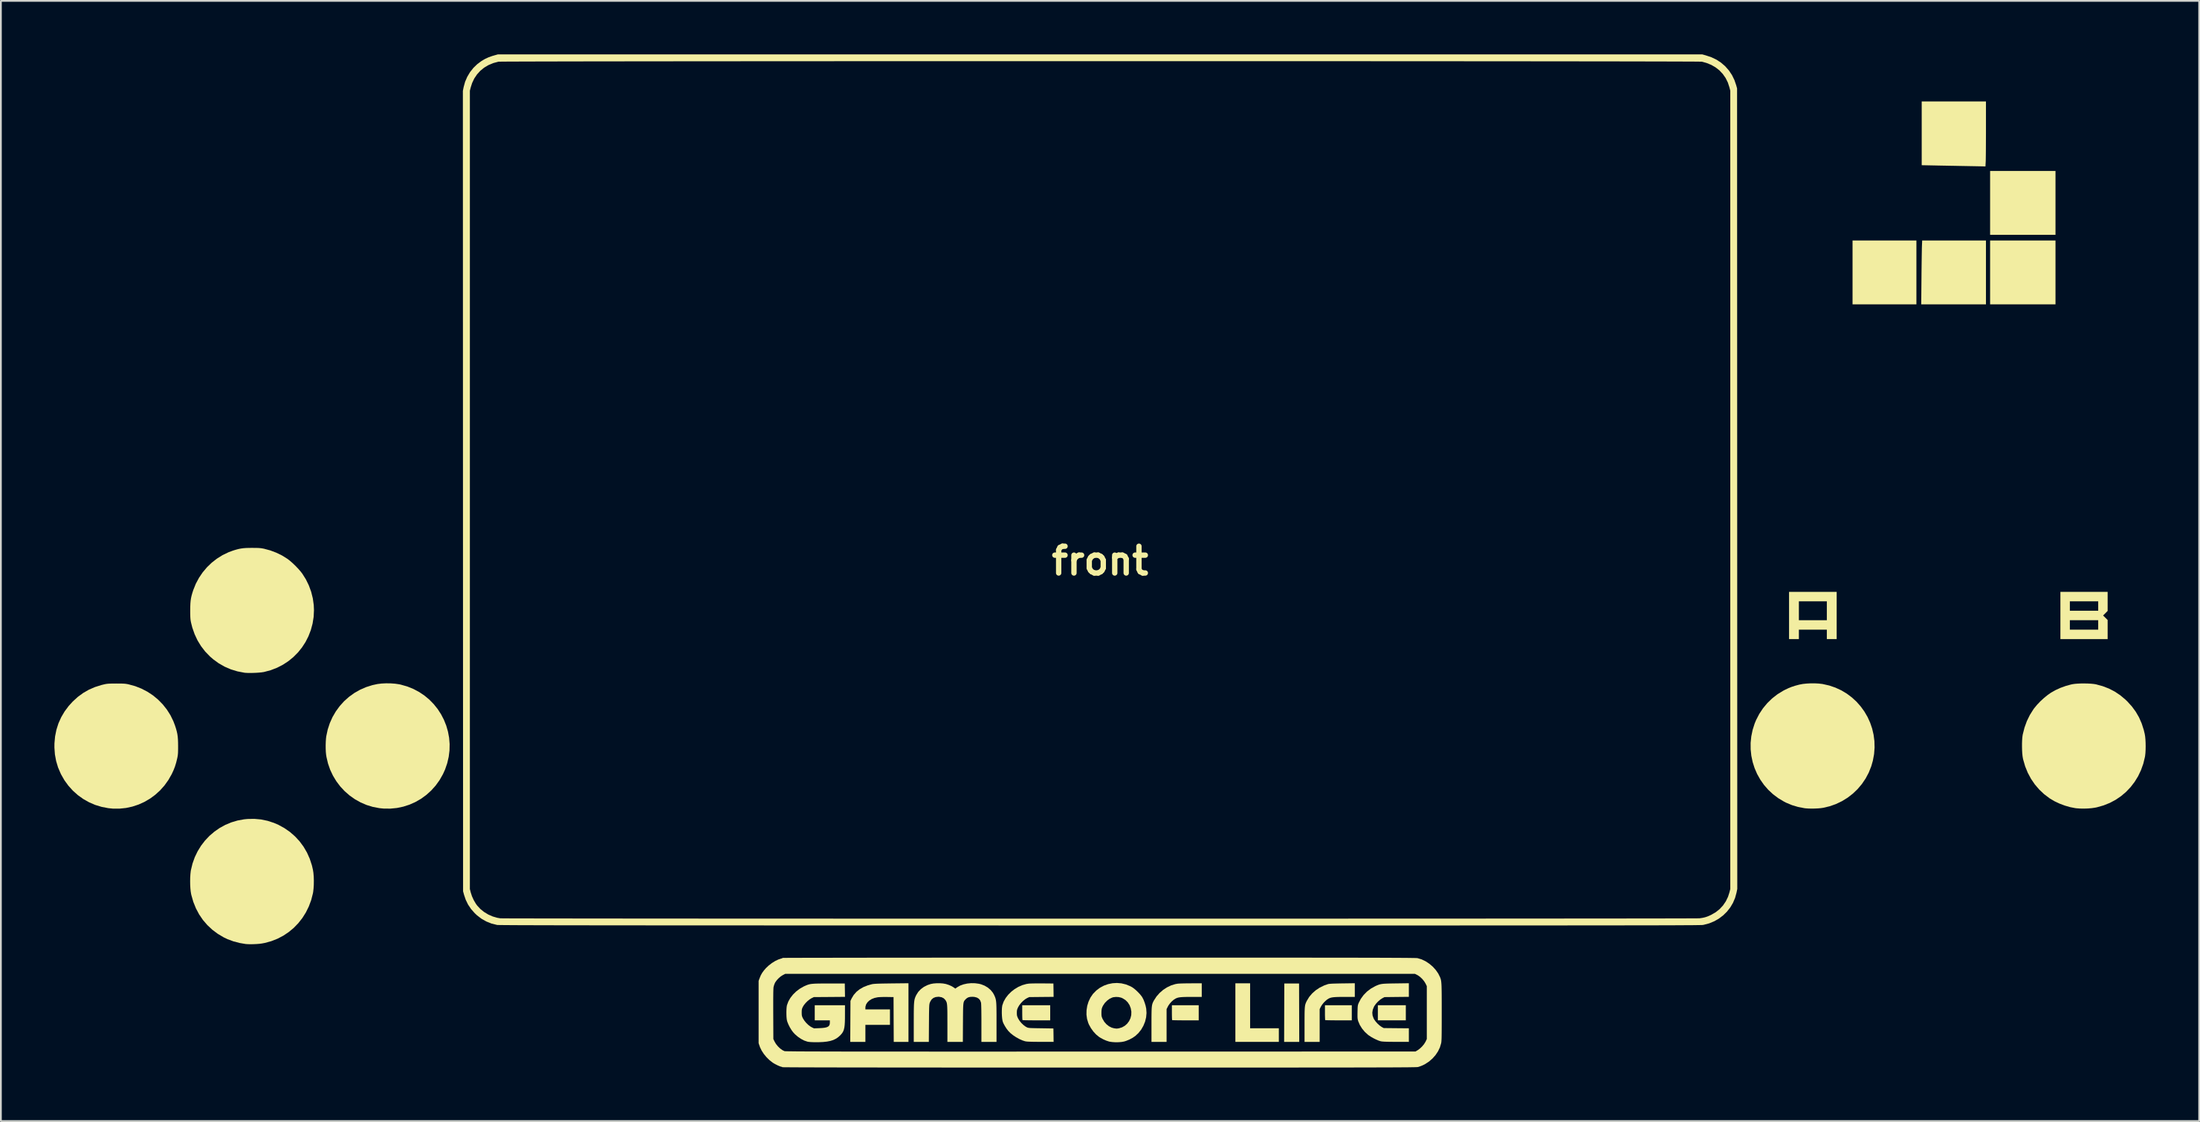
<source format=kicad_pcb>
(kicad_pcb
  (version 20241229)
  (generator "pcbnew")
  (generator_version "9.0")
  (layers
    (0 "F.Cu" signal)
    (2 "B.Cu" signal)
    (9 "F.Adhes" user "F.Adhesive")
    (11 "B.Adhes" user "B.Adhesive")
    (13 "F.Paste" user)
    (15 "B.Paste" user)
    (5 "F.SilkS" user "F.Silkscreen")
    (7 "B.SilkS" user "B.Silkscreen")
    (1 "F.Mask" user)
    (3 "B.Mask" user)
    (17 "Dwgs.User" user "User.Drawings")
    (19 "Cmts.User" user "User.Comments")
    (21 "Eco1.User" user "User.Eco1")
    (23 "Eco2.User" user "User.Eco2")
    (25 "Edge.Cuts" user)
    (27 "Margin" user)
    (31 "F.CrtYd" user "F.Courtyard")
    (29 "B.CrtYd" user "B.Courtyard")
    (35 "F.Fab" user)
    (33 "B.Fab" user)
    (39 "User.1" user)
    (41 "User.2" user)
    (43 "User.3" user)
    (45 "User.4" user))
  (footprint "front"
    (layer "F.Cu")
    (at 58.613 28.398)
    (property "Reference" "front" (at 0 0 0) (layer "F.SilkS") (effects (font (size 1.5 1.5) (thickness 0.3))))
    (attr board_only exclude_from_pos_files exclude_from_bom)
    (fp_poly (pts (xy 11.159 25.331) (xy 11.164 26.968) (xy 10.74 26.968) (xy 10.317 26.968) (xy 10.322 25.331) (xy 10.327 23.695) (xy 10.74 23.695) (xy 11.154 23.695)) (stroke (width 0) (type solid)) (fill yes) (layer "F.SilkS"))
    (fp_poly (pts (xy 17.138 25.336) (xy 17.138 25.76) (xy 16.354 25.76) (xy 15.57 25.76) (xy 15.57 25.336) (xy 15.57 24.913) (xy 16.354 24.913) (xy 17.138 24.913)) (stroke (width 0) (type solid)) (fill yes) (layer "F.SilkS"))
    (fp_poly (pts (xy 45.758 -16.174) (xy 45.758 -14.384) (xy 43.968 -14.384) (xy 42.178 -14.384) (xy 42.178 -16.174) (xy 42.178 -17.964) (xy 43.968 -17.964) (xy 45.758 -17.964)) (stroke (width 0) (type solid)) (fill yes) (layer "F.SilkS"))
    (fp_poly (pts (xy 53.554 -20.072) (xy 53.554 -18.282) (xy 51.722 -18.282) (xy 49.889 -18.282) (xy 49.889 -20.072) (xy 49.889 -21.862) (xy 51.722 -21.862) (xy 53.554 -21.862)) (stroke (width 0) (type solid)) (fill yes) (layer "F.SilkS"))
    (fp_poly (pts (xy 53.554 -16.174) (xy 53.554 -14.384) (xy 51.722 -14.384) (xy 49.889 -14.384) (xy 49.889 -16.174) (xy 49.889 -17.964) (xy 51.722 -17.964) (xy 53.554 -17.964)) (stroke (width 0) (type solid)) (fill yes) (layer "F.SilkS"))
    (fp_poly (pts (xy 8.41 24.945) (xy 8.41 26.205) (xy 9.215 26.205) (xy 10.02 26.205) (xy 10.02 26.586) (xy 10.02 26.968) (xy 8.802 26.968) (xy 7.584 26.968) (xy 7.584 25.326) (xy 7.584 23.684) (xy 7.997 23.684) (xy 8.41 23.684)) (stroke (width 0) (type solid)) (fill yes) (layer "F.SilkS"))
    (fp_poly (pts (xy 49.656 -16.174) (xy 49.656 -14.384) (xy 47.842 -14.384) (xy 46.028 -14.384) (xy 46.042 -15.872) (xy 46.044 -16.129) (xy 46.047 -16.381) (xy 46.05 -16.623) (xy 46.053 -16.851) (xy 46.056 -17.061) (xy 46.059 -17.248) (xy 46.062 -17.408) (xy 46.064 -17.537) (xy 46.067 -17.63) (xy 46.068 -17.662) (xy 46.081 -17.964) (xy 47.869 -17.964) (xy 49.656 -17.964)) (stroke (width 0) (type solid)) (fill yes) (layer "F.SilkS"))
    (fp_poly (pts (xy -2.796 25.336) (xy -2.796 25.76) (xy -3.566 25.76) (xy -3.743 25.76) (xy -3.906 25.759) (xy -4.05 25.757) (xy -4.172 25.755) (xy -4.266 25.752) (xy -4.327 25.749) (xy -4.35 25.746) (xy -4.354 25.721) (xy -4.358 25.661) (xy -4.361 25.572) (xy -4.363 25.461) (xy -4.364 25.334) (xy -4.364 25.322) (xy -4.364 24.913) (xy -3.58 24.913) (xy -2.796 24.913)) (stroke (width 0) (type solid)) (fill yes) (layer "F.SilkS"))
    (fp_poly (pts (xy 5.529 25.336) (xy 5.529 25.76) (xy 4.791 25.76) (xy 4.618 25.76) (xy 4.459 25.759) (xy 4.318 25.757) (xy 4.201 25.755) (xy 4.112 25.752) (xy 4.057 25.749) (xy 4.039 25.746) (xy 4.035 25.721) (xy 4.031 25.661) (xy 4.028 25.572) (xy 4.026 25.461) (xy 4.025 25.334) (xy 4.025 25.322) (xy 4.025 24.913) (xy 4.777 24.913) (xy 5.529 24.913)) (stroke (width 0) (type solid)) (fill yes) (layer "F.SilkS"))
    (fp_poly (pts (xy 14.109 25.336) (xy 14.109 25.76) (xy 13.371 25.76) (xy 13.198 25.76) (xy 13.039 25.759) (xy 12.898 25.757) (xy 12.781 25.755) (xy 12.692 25.752) (xy 12.636 25.749) (xy 12.619 25.746) (xy 12.614 25.721) (xy 12.611 25.661) (xy 12.608 25.572) (xy 12.605 25.461) (xy 12.605 25.334) (xy 12.605 25.322) (xy 12.605 24.913) (xy 13.357 24.913) (xy 14.109 24.913)) (stroke (width 0) (type solid)) (fill yes) (layer "F.SilkS"))
    (fp_poly (pts (xy 41.288 3.061) (xy 41.288 4.385) (xy 41.013 4.385) (xy 40.737 4.385) (xy 40.737 4.12) (xy 40.737 3.856) (xy 39.954 3.856) (xy 39.17 3.856) (xy 39.17 4.12) (xy 39.17 4.385) (xy 38.894 4.385) (xy 38.619 4.385) (xy 38.619 3.061) (xy 38.619 2.796) (xy 39.17 2.796) (xy 39.17 3.326) (xy 39.954 3.326) (xy 40.737 3.326) (xy 40.737 2.796) (xy 40.737 2.267) (xy 39.954 2.267) (xy 39.17 2.267) (xy 39.17 2.796) (xy 38.619 2.796) (xy 38.619 1.737) (xy 39.954 1.737) (xy 41.288 1.737)) (stroke (width 0) (type solid)) (fill yes) (layer "F.SilkS"))
    (fp_poly (pts (xy 49.656 -24.208) (xy 49.656 -23.948) (xy 49.655 -23.693) (xy 49.654 -23.449) (xy 49.653 -23.219) (xy 49.652 -23.008) (xy 49.65 -22.82) (xy 49.648 -22.658) (xy 49.646 -22.528) (xy 49.644 -22.432) (xy 49.642 -22.387) (xy 49.628 -22.116) (xy 49.499 -22.12) (xy 49.452 -22.121) (xy 49.367 -22.123) (xy 49.249 -22.125) (xy 49.104 -22.128) (xy 48.936 -22.131) (xy 48.75 -22.134) (xy 48.55 -22.138) (xy 48.374 -22.141) (xy 48.141 -22.145) (xy 47.895 -22.15) (xy 47.645 -22.154) (xy 47.398 -22.159) (xy 47.165 -22.163) (xy 46.953 -22.167) (xy 46.772 -22.171) (xy 46.717 -22.172) (xy 46.055 -22.185) (xy 46.055 -23.972) (xy 46.055 -25.76) (xy 47.855 -25.76) (xy 49.656 -25.76)) (stroke (width 0) (type solid)) (fill yes) (layer "F.SilkS"))
    (fp_poly (pts (xy 56.477 2.271) (xy 56.477 2.806) (xy 56.35 2.934) (xy 56.223 3.062) (xy 56.35 3.188) (xy 56.477 3.314) (xy 56.477 3.85) (xy 56.477 4.385) (xy 55.153 4.385) (xy 53.829 4.385) (xy 53.829 3.591) (xy 54.359 3.591) (xy 54.359 3.856) (xy 55.153 3.856) (xy 55.948 3.856) (xy 55.948 3.591) (xy 55.948 3.326) (xy 55.153 3.326) (xy 54.359 3.326) (xy 54.359 3.591) (xy 53.829 3.591) (xy 53.829 3.061) (xy 53.829 2.532) (xy 54.359 2.532) (xy 54.359 2.796) (xy 55.153 2.796) (xy 55.948 2.796) (xy 55.948 2.532) (xy 55.948 2.267) (xy 55.153 2.267) (xy 54.359 2.267) (xy 54.359 2.532) (xy 53.829 2.532) (xy 53.829 1.737) (xy 55.153 1.737) (xy 56.477 1.737)) (stroke (width 0) (type solid)) (fill yes) (layer "F.SilkS"))
    (fp_poly (pts (xy -10.74 25.324) (xy -10.74 26.968) (xy -11.153 26.968) (xy -11.566 26.968) (xy -11.572 25.712) (xy -11.577 24.457) (xy -11.937 24.451) (xy -12.072 24.45) (xy -12.207 24.452) (xy -12.329 24.457) (xy -12.427 24.463) (xy -12.465 24.467) (xy -12.644 24.505) (xy -12.803 24.567) (xy -12.936 24.651) (xy -13.042 24.752) (xy -13.115 24.867) (xy -13.152 24.994) (xy -13.155 25.05) (xy -13.155 25.146) (xy -12.467 25.146) (xy -11.778 25.146) (xy -11.778 25.58) (xy -11.778 26.014) (xy -12.467 26.014) (xy -13.155 26.014) (xy -13.155 26.491) (xy -13.155 26.968) (xy -13.58 26.968) (xy -14.004 26.968) (xy -13.998 25.818) (xy -13.992 24.669) (xy -13.927 24.531) (xy -13.81 24.336) (xy -13.659 24.164) (xy -13.474 24.016) (xy -13.257 23.892) (xy -13.009 23.794) (xy -12.785 23.733) (xy -12.738 23.725) (xy -12.677 23.718) (xy -12.599 23.712) (xy -12.5 23.706) (xy -12.375 23.702) (xy -12.221 23.698) (xy -12.035 23.695) (xy -11.811 23.692) (xy -11.688 23.69) (xy -10.74 23.68)) (stroke (width 0) (type solid)) (fill yes) (layer "F.SilkS"))
    (fp_poly (pts (xy 5.699 24.065) (xy 5.699 24.447) (xy 5.129 24.447) (xy 4.927 24.447) (xy 4.762 24.45) (xy 4.629 24.455) (xy 4.521 24.463) (xy 4.434 24.474) (xy 4.363 24.489) (xy 4.301 24.509) (xy 4.243 24.534) (xy 4.24 24.535) (xy 4.13 24.604) (xy 4.016 24.702) (xy 3.912 24.817) (xy 3.827 24.937) (xy 3.803 24.981) (xy 3.728 25.13) (xy 3.728 26.049) (xy 3.728 26.968) (xy 3.305 26.968) (xy 2.881 26.968) (xy 2.881 25.998) (xy 2.881 25.753) (xy 2.882 25.546) (xy 2.884 25.373) (xy 2.887 25.23) (xy 2.892 25.112) (xy 2.899 25.016) (xy 2.909 24.937) (xy 2.922 24.87) (xy 2.939 24.813) (xy 2.96 24.76) (xy 2.985 24.707) (xy 3.015 24.651) (xy 3.022 24.639) (xy 3.162 24.423) (xy 3.334 24.227) (xy 3.53 24.056) (xy 3.746 23.914) (xy 3.976 23.804) (xy 4.214 23.729) (xy 4.35 23.705) (xy 4.412 23.7) (xy 4.508 23.695) (xy 4.633 23.691) (xy 4.778 23.688) (xy 4.936 23.686) (xy 5.1 23.685) (xy 5.699 23.684)) (stroke (width 0) (type solid)) (fill yes) (layer "F.SilkS"))
    (fp_poly (pts (xy 14.278 24.063) (xy 14.278 24.447) (xy 13.709 24.447) (xy 13.507 24.447) (xy 13.343 24.45) (xy 13.209 24.455) (xy 13.102 24.463) (xy 13.015 24.474) (xy 12.943 24.489) (xy 12.88 24.509) (xy 12.822 24.534) (xy 12.817 24.536) (xy 12.728 24.592) (xy 12.629 24.676) (xy 12.531 24.776) (xy 12.445 24.883) (xy 12.381 24.986) (xy 12.375 24.996) (xy 12.308 25.131) (xy 12.308 26.05) (xy 12.308 26.968) (xy 11.884 26.968) (xy 11.461 26.968) (xy 11.461 25.998) (xy 11.461 25.757) (xy 11.462 25.553) (xy 11.463 25.383) (xy 11.466 25.243) (xy 11.471 25.128) (xy 11.477 25.035) (xy 11.486 24.958) (xy 11.498 24.893) (xy 11.514 24.837) (xy 11.533 24.785) (xy 11.556 24.733) (xy 11.583 24.676) (xy 11.587 24.67) (xy 11.718 24.452) (xy 11.885 24.254) (xy 12.084 24.077) (xy 12.311 23.926) (xy 12.561 23.804) (xy 12.764 23.732) (xy 12.805 23.722) (xy 12.862 23.714) (xy 12.94 23.708) (xy 13.043 23.702) (xy 13.175 23.698) (xy 13.34 23.694) (xy 13.543 23.69) (xy 13.574 23.69) (xy 14.278 23.68)) (stroke (width 0) (type solid)) (fill yes) (layer "F.SilkS"))
    (fp_poly (pts (xy -39.765 6.867) (xy -39.512 6.886) (xy -39.279 6.92) (xy -39.202 6.937) (xy -38.835 7.041) (xy -38.491 7.18) (xy -38.169 7.351) (xy -37.87 7.552) (xy -37.597 7.779) (xy -37.351 8.031) (xy -37.131 8.305) (xy -36.941 8.599) (xy -36.78 8.909) (xy -36.65 9.234) (xy -36.553 9.57) (xy -36.489 9.915) (xy -36.46 10.268) (xy -36.467 10.624) (xy -36.511 10.982) (xy -36.593 11.339) (xy -36.714 11.693) (xy -36.836 11.962) (xy -37.025 12.294) (xy -37.245 12.599) (xy -37.493 12.875) (xy -37.766 13.122) (xy -38.061 13.337) (xy -38.377 13.519) (xy -38.709 13.667) (xy -39.056 13.779) (xy -39.415 13.854) (xy -39.783 13.89) (xy -40.158 13.887) (xy -40.398 13.863) (xy -40.765 13.793) (xy -41.118 13.685) (xy -41.454 13.54) (xy -41.772 13.362) (xy -42.068 13.152) (xy -42.341 12.914) (xy -42.589 12.648) (xy -42.808 12.358) (xy -42.998 12.045) (xy -43.155 11.713) (xy -43.277 11.363) (xy -43.363 10.997) (xy -43.386 10.849) (xy -43.4 10.698) (xy -43.407 10.52) (xy -43.408 10.328) (xy -43.402 10.138) (xy -43.39 9.963) (xy -43.374 9.831) (xy -43.294 9.455) (xy -43.176 9.096) (xy -43.023 8.755) (xy -42.837 8.436) (xy -42.62 8.139) (xy -42.375 7.868) (xy -42.102 7.624) (xy -41.805 7.409) (xy -41.485 7.227) (xy -41.145 7.078) (xy -40.787 6.965) (xy -40.502 6.904) (xy -40.274 6.876) (xy -40.024 6.864)) (stroke (width 0) (type solid)) (fill yes) (layer "F.SilkS"))
    (fp_poly (pts (xy 40.279 6.877) (xy 40.477 6.9) (xy 40.502 6.904) (xy 40.871 6.987) (xy 41.221 7.107) (xy 41.551 7.26) (xy 41.858 7.444) (xy 42.143 7.658) (xy 42.402 7.897) (xy 42.635 8.161) (xy 42.841 8.445) (xy 43.018 8.749) (xy 43.164 9.07) (xy 43.278 9.404) (xy 43.358 9.75) (xy 43.404 10.106) (xy 43.413 10.468) (xy 43.385 10.834) (xy 43.317 11.202) (xy 43.228 11.514) (xy 43.088 11.867) (xy 42.913 12.198) (xy 42.704 12.507) (xy 42.465 12.791) (xy 42.198 13.047) (xy 41.906 13.274) (xy 41.59 13.469) (xy 41.254 13.631) (xy 40.9 13.757) (xy 40.531 13.844) (xy 40.391 13.864) (xy 40.223 13.878) (xy 40.041 13.886) (xy 39.857 13.888) (xy 39.684 13.883) (xy 39.535 13.872) (xy 39.488 13.866) (xy 39.127 13.797) (xy 38.788 13.696) (xy 38.461 13.56) (xy 38.344 13.501) (xy 38.019 13.307) (xy 37.721 13.084) (xy 37.453 12.834) (xy 37.214 12.56) (xy 37.007 12.264) (xy 36.831 11.951) (xy 36.688 11.621) (xy 36.579 11.279) (xy 36.505 10.927) (xy 36.467 10.568) (xy 36.465 10.204) (xy 36.502 9.84) (xy 36.577 9.477) (xy 36.691 9.118) (xy 36.773 8.921) (xy 36.948 8.582) (xy 37.157 8.266) (xy 37.398 7.976) (xy 37.668 7.713) (xy 37.965 7.481) (xy 38.286 7.283) (xy 38.397 7.225) (xy 38.588 7.135) (xy 38.77 7.062) (xy 38.956 7.001) (xy 39.166 6.945) (xy 39.212 6.934) (xy 39.393 6.9) (xy 39.603 6.878) (xy 39.829 6.866) (xy 40.059 6.866)) (stroke (width 0) (type solid)) (fill yes) (layer "F.SilkS"))
    (fp_poly (pts (xy -47.027 14.498) (xy -46.662 14.574) (xy -46.305 14.691) (xy -46.061 14.796) (xy -45.722 14.982) (xy -45.41 15.199) (xy -45.126 15.447) (xy -44.871 15.722) (xy -44.648 16.024) (xy -44.457 16.351) (xy -44.301 16.7) (xy -44.18 17.069) (xy -44.123 17.313) (xy -44.095 17.492) (xy -44.078 17.7) (xy -44.071 17.924) (xy -44.074 18.151) (xy -44.087 18.368) (xy -44.109 18.562) (xy -44.123 18.641) (xy -44.219 19.017) (xy -44.352 19.374) (xy -44.518 19.711) (xy -44.716 20.026) (xy -44.944 20.315) (xy -45.199 20.578) (xy -45.481 20.812) (xy -45.786 21.016) (xy -46.112 21.186) (xy -46.458 21.322) (xy -46.821 21.421) (xy -46.976 21.45) (xy -47.109 21.468) (xy -47.267 21.481) (xy -47.435 21.489) (xy -47.602 21.493) (xy -47.755 21.49) (xy -47.881 21.482) (xy -47.898 21.48) (xy -48.244 21.421) (xy -48.582 21.331) (xy -48.902 21.213) (xy -49.125 21.107) (xy -49.46 20.907) (xy -49.767 20.677) (xy -50.043 20.418) (xy -50.289 20.132) (xy -50.502 19.819) (xy -50.681 19.482) (xy -50.826 19.122) (xy -50.936 18.74) (xy -50.952 18.668) (xy -50.975 18.525) (xy -50.992 18.351) (xy -51.002 18.157) (xy -51.005 17.954) (xy -51.001 17.754) (xy -50.99 17.566) (xy -50.972 17.401) (xy -50.962 17.339) (xy -50.872 16.969) (xy -50.746 16.615) (xy -50.585 16.281) (xy -50.393 15.969) (xy -50.171 15.68) (xy -49.921 15.416) (xy -49.646 15.181) (xy -49.349 14.974) (xy -49.031 14.8) (xy -48.695 14.66) (xy -48.342 14.555) (xy -47.976 14.489) (xy -47.787 14.47) (xy -47.402 14.464)) (stroke (width 0) (type solid)) (fill yes) (layer "F.SilkS"))
    (fp_poly (pts (xy 17.308 24.062) (xy 17.308 24.443) (xy 16.624 24.45) (xy 15.941 24.458) (xy 15.83 24.516) (xy 15.705 24.597) (xy 15.58 24.706) (xy 15.466 24.829) (xy 15.376 24.955) (xy 15.353 24.995) (xy 15.285 25.165) (xy 15.259 25.329) (xy 15.274 25.49) (xy 15.331 25.648) (xy 15.368 25.716) (xy 15.449 25.829) (xy 15.551 25.942) (xy 15.662 26.044) (xy 15.77 26.122) (xy 15.79 26.134) (xy 15.899 26.194) (xy 16.603 26.201) (xy 17.308 26.207) (xy 17.308 26.587) (xy 17.308 26.968) (xy 16.582 26.966) (xy 16.367 26.965) (xy 16.19 26.963) (xy 16.048 26.96) (xy 15.934 26.956) (xy 15.847 26.95) (xy 15.781 26.943) (xy 15.732 26.934) (xy 15.729 26.934) (xy 15.61 26.896) (xy 15.47 26.837) (xy 15.323 26.763) (xy 15.18 26.682) (xy 15.054 26.598) (xy 15.012 26.566) (xy 14.835 26.403) (xy 14.682 26.218) (xy 14.558 26.018) (xy 14.47 25.813) (xy 14.465 25.796) (xy 14.45 25.741) (xy 14.439 25.686) (xy 14.432 25.622) (xy 14.429 25.54) (xy 14.429 25.432) (xy 14.431 25.294) (xy 14.434 25.158) (xy 14.437 25.055) (xy 14.443 24.979) (xy 14.451 24.92) (xy 14.463 24.871) (xy 14.48 24.823) (xy 14.493 24.79) (xy 14.615 24.555) (xy 14.772 24.34) (xy 14.961 24.147) (xy 15.18 23.981) (xy 15.425 23.844) (xy 15.451 23.832) (xy 15.526 23.799) (xy 15.593 23.772) (xy 15.658 23.75) (xy 15.726 23.733) (xy 15.802 23.72) (xy 15.892 23.71) (xy 16.001 23.703) (xy 16.134 23.698) (xy 16.298 23.694) (xy 16.496 23.691) (xy 16.571 23.69) (xy 17.308 23.68)) (stroke (width 0) (type solid)) (fill yes) (layer "F.SilkS"))
    (fp_poly (pts (xy -54.979 6.877) (xy -54.85 6.878) (xy -54.746 6.882) (xy -54.661 6.888) (xy -54.586 6.897) (xy -54.512 6.91) (xy -54.451 6.923) (xy -54.083 7.024) (xy -53.731 7.163) (xy -53.398 7.336) (xy -53.087 7.542) (xy -52.801 7.779) (xy -52.541 8.044) (xy -52.31 8.335) (xy -52.111 8.649) (xy -51.946 8.986) (xy -51.85 9.24) (xy -51.795 9.411) (xy -51.754 9.562) (xy -51.723 9.704) (xy -51.702 9.848) (xy -51.689 10.003) (xy -51.682 10.181) (xy -51.68 10.37) (xy -51.68 10.53) (xy -51.682 10.657) (xy -51.685 10.759) (xy -51.692 10.844) (xy -51.701 10.92) (xy -51.714 10.997) (xy -51.729 11.069) (xy -51.789 11.315) (xy -51.858 11.538) (xy -51.943 11.754) (xy -52.039 11.959) (xy -52.227 12.289) (xy -52.445 12.593) (xy -52.69 12.868) (xy -52.962 13.115) (xy -53.255 13.33) (xy -53.568 13.513) (xy -53.898 13.662) (xy -54.243 13.776) (xy -54.598 13.853) (xy -54.963 13.891) (xy -55.333 13.89) (xy -55.592 13.864) (xy -55.967 13.792) (xy -56.328 13.682) (xy -56.671 13.534) (xy -56.996 13.35) (xy -57.298 13.134) (xy -57.577 12.885) (xy -57.828 12.607) (xy -58.051 12.301) (xy -58.241 11.968) (xy -58.256 11.937) (xy -58.407 11.586) (xy -58.516 11.224) (xy -58.585 10.851) (xy -58.613 10.465) (xy -58.611 10.233) (xy -58.576 9.844) (xy -58.501 9.469) (xy -58.387 9.11) (xy -58.233 8.766) (xy -58.041 8.44) (xy -57.811 8.132) (xy -57.58 7.879) (xy -57.297 7.622) (xy -56.998 7.404) (xy -56.68 7.221) (xy -56.341 7.074) (xy -55.976 6.959) (xy -55.828 6.923) (xy -55.752 6.907) (xy -55.68 6.895) (xy -55.603 6.887) (xy -55.513 6.881) (xy -55.404 6.878) (xy -55.265 6.877) (xy -55.143 6.876)) (stroke (width 0) (type solid)) (fill yes) (layer "F.SilkS"))
    (fp_poly (pts (xy -3.241 23.689) (xy -3.231 23.689) (xy -2.616 23.695) (xy -2.61 24.069) (xy -2.605 24.444) (xy -3.288 24.45) (xy -3.972 24.457) (xy -4.096 24.515) (xy -4.208 24.583) (xy -4.325 24.68) (xy -4.436 24.795) (xy -4.532 24.919) (xy -4.595 25.027) (xy -4.633 25.111) (xy -4.655 25.18) (xy -4.664 25.253) (xy -4.666 25.34) (xy -4.664 25.432) (xy -4.655 25.501) (xy -4.633 25.568) (xy -4.596 25.649) (xy -4.589 25.663) (xy -4.513 25.787) (xy -4.41 25.912) (xy -4.293 26.024) (xy -4.173 26.113) (xy -4.118 26.143) (xy -4.089 26.157) (xy -4.06 26.168) (xy -4.027 26.177) (xy -3.984 26.184) (xy -3.928 26.19) (xy -3.852 26.194) (xy -3.752 26.197) (xy -3.624 26.2) (xy -3.461 26.203) (xy -3.315 26.205) (xy -2.616 26.216) (xy -2.61 26.592) (xy -2.605 26.968) (xy -3.341 26.966) (xy -3.558 26.965) (xy -3.736 26.963) (xy -3.88 26.96) (xy -3.995 26.956) (xy -4.083 26.951) (xy -4.15 26.943) (xy -4.199 26.935) (xy -4.203 26.934) (xy -4.363 26.882) (xy -4.535 26.804) (xy -4.71 26.706) (xy -4.877 26.595) (xy -5.024 26.477) (xy -5.14 26.36) (xy -5.142 26.358) (xy -5.243 26.227) (xy -5.335 26.083) (xy -5.411 25.943) (xy -5.449 25.853) (xy -5.472 25.765) (xy -5.49 25.646) (xy -5.502 25.507) (xy -5.508 25.357) (xy -5.507 25.208) (xy -5.501 25.071) (xy -5.487 24.956) (xy -5.477 24.91) (xy -5.404 24.707) (xy -5.294 24.512) (xy -5.152 24.327) (xy -4.983 24.159) (xy -4.792 24.01) (xy -4.583 23.885) (xy -4.363 23.788) (xy -4.136 23.723) (xy -4.017 23.704) (xy -3.95 23.698) (xy -3.848 23.694) (xy -3.719 23.691) (xy -3.57 23.689) (xy -3.408 23.688)) (stroke (width 0) (type solid)) (fill yes) (layer "F.SilkS"))
    (fp_poly (pts (xy 55.37 6.876) (xy 55.549 6.886) (xy 55.706 6.902) (xy 55.826 6.922) (xy 56.202 7.025) (xy 56.552 7.16) (xy 56.878 7.329) (xy 57.185 7.535) (xy 57.475 7.778) (xy 57.58 7.879) (xy 57.835 8.16) (xy 58.053 8.457) (xy 58.235 8.772) (xy 58.384 9.111) (xy 58.501 9.474) (xy 58.556 9.702) (xy 58.579 9.84) (xy 58.595 10.009) (xy 58.605 10.197) (xy 58.608 10.394) (xy 58.605 10.589) (xy 58.595 10.77) (xy 58.578 10.927) (xy 58.568 10.989) (xy 58.476 11.37) (xy 58.347 11.732) (xy 58.185 12.073) (xy 57.989 12.391) (xy 57.764 12.684) (xy 57.51 12.951) (xy 57.23 13.189) (xy 56.925 13.396) (xy 56.597 13.57) (xy 56.248 13.71) (xy 55.881 13.814) (xy 55.785 13.834) (xy 55.591 13.863) (xy 55.372 13.882) (xy 55.143 13.889) (xy 54.919 13.885) (xy 54.715 13.869) (xy 54.668 13.863) (xy 54.377 13.807) (xy 54.077 13.72) (xy 53.781 13.609) (xy 53.5 13.476) (xy 53.247 13.327) (xy 53.226 13.313) (xy 52.918 13.081) (xy 52.641 12.82) (xy 52.394 12.53) (xy 52.179 12.215) (xy 51.998 11.876) (xy 51.852 11.516) (xy 51.742 11.136) (xy 51.728 11.072) (xy 51.707 10.946) (xy 51.691 10.787) (xy 51.681 10.608) (xy 51.677 10.418) (xy 51.677 10.227) (xy 51.684 10.046) (xy 51.696 9.885) (xy 51.714 9.755) (xy 51.717 9.74) (xy 51.816 9.349) (xy 51.949 8.982) (xy 52.116 8.64) (xy 52.315 8.323) (xy 52.36 8.262) (xy 52.516 8.072) (xy 52.7 7.878) (xy 52.902 7.692) (xy 53.109 7.523) (xy 53.305 7.386) (xy 53.555 7.245) (xy 53.832 7.119) (xy 54.122 7.014) (xy 54.411 6.934) (xy 54.507 6.913) (xy 54.641 6.894) (xy 54.804 6.881) (xy 54.987 6.873) (xy 55.179 6.872)) (stroke (width 0) (type solid)) (fill yes) (layer "F.SilkS"))
    (fp_poly (pts (xy -47.376 -0.728) (xy -47.248 -0.726) (xy -47.145 -0.722) (xy -47.059 -0.714) (xy -46.981 -0.704) (xy -46.902 -0.689) (xy -46.865 -0.682) (xy -46.515 -0.588) (xy -46.176 -0.46) (xy -45.854 -0.303) (xy -45.559 -0.12) (xy -45.546 -0.111) (xy -45.406 -0.002) (xy -45.252 0.133) (xy -45.096 0.283) (xy -44.946 0.44) (xy -44.813 0.593) (xy -44.715 0.72) (xy -44.516 1.037) (xy -44.351 1.376) (xy -44.221 1.731) (xy -44.129 2.098) (xy -44.077 2.47) (xy -44.064 2.758) (xy -44.083 3.143) (xy -44.142 3.516) (xy -44.239 3.876) (xy -44.371 4.22) (xy -44.536 4.546) (xy -44.734 4.851) (xy -44.961 5.134) (xy -45.217 5.391) (xy -45.499 5.622) (xy -45.806 5.823) (xy -46.135 5.992) (xy -46.485 6.127) (xy -46.854 6.226) (xy -46.878 6.231) (xy -46.991 6.248) (xy -47.134 6.263) (xy -47.297 6.274) (xy -47.467 6.281) (xy -47.634 6.284) (xy -47.787 6.282) (xy -47.914 6.275) (xy -47.966 6.269) (xy -48.351 6.195) (xy -48.719 6.083) (xy -49.07 5.932) (xy -49.401 5.743) (xy -49.712 5.517) (xy -49.894 5.359) (xy -50.16 5.084) (xy -50.392 4.783) (xy -50.591 4.458) (xy -50.755 4.108) (xy -50.885 3.736) (xy -50.953 3.467) (xy -50.969 3.389) (xy -50.981 3.315) (xy -50.989 3.238) (xy -50.995 3.148) (xy -50.998 3.039) (xy -51 2.902) (xy -51 2.775) (xy -50.998 2.567) (xy -50.991 2.392) (xy -50.978 2.238) (xy -50.957 2.097) (xy -50.927 1.958) (xy -50.886 1.81) (xy -50.833 1.645) (xy -50.828 1.631) (xy -50.688 1.283) (xy -50.512 0.953) (xy -50.303 0.644) (xy -50.063 0.359) (xy -49.796 0.101) (xy -49.503 -0.127) (xy -49.189 -0.323) (xy -48.855 -0.484) (xy -48.613 -0.574) (xy -48.449 -0.625) (xy -48.303 -0.664) (xy -48.165 -0.692) (xy -48.025 -0.711) (xy -47.871 -0.723) (xy -47.694 -0.728) (xy -47.538 -0.729)) (stroke (width 0) (type solid)) (fill yes) (layer "F.SilkS"))
    (fp_poly (pts (xy 1.199 23.687) (xy 1.448 23.747) (xy 1.687 23.844) (xy 1.789 23.899) (xy 1.892 23.97) (xy 2.006 24.065) (xy 2.122 24.175) (xy 2.23 24.289) (xy 2.319 24.399) (xy 2.37 24.474) (xy 2.437 24.606) (xy 2.498 24.765) (xy 2.55 24.932) (xy 2.584 25.092) (xy 2.586 25.103) (xy 2.603 25.346) (xy 2.581 25.591) (xy 2.522 25.833) (xy 2.428 26.065) (xy 2.303 26.282) (xy 2.147 26.477) (xy 1.986 26.628) (xy 1.826 26.74) (xy 1.641 26.839) (xy 1.45 26.916) (xy 1.347 26.947) (xy 1.202 26.973) (xy 1.034 26.987) (xy 0.856 26.989) (xy 0.685 26.978) (xy 0.534 26.956) (xy 0.493 26.946) (xy 0.343 26.897) (xy 0.181 26.826) (xy 0.024 26.741) (xy -0.061 26.687) (xy -0.222 26.555) (xy -0.374 26.391) (xy -0.509 26.204) (xy -0.621 26.004) (xy -0.662 25.908) (xy -0.731 25.68) (xy -0.763 25.439) (xy -0.761 25.336) (xy 0.076 25.336) (xy 0.076 25.436) (xy 0.082 25.508) (xy 0.095 25.568) (xy 0.12 25.633) (xy 0.146 25.691) (xy 0.239 25.847) (xy 0.359 25.983) (xy 0.5 26.093) (xy 0.653 26.17) (xy 0.781 26.205) (xy 0.862 26.217) (xy 0.919 26.222) (xy 0.972 26.22) (xy 1.038 26.209) (xy 1.062 26.205) (xy 1.234 26.152) (xy 1.388 26.064) (xy 1.52 25.946) (xy 1.626 25.804) (xy 1.703 25.642) (xy 1.747 25.466) (xy 1.753 25.28) (xy 1.753 25.274) (xy 1.719 25.081) (xy 1.651 24.906) (xy 1.551 24.752) (xy 1.422 24.623) (xy 1.268 24.526) (xy 1.179 24.488) (xy 1.042 24.456) (xy 0.893 24.448) (xy 0.75 24.463) (xy 0.684 24.481) (xy 0.532 24.553) (xy 0.389 24.659) (xy 0.263 24.79) (xy 0.163 24.939) (xy 0.125 25.019) (xy 0.099 25.091) (xy 0.084 25.167) (xy 0.077 25.262) (xy 0.076 25.336) (xy -0.761 25.336) (xy -0.758 25.192) (xy -0.72 24.947) (xy -0.647 24.71) (xy -0.542 24.488) (xy -0.405 24.286) (xy -0.393 24.272) (xy -0.213 24.087) (xy -0.009 23.934) (xy 0.213 23.815) (xy 0.449 23.73) (xy 0.696 23.68) (xy 0.947 23.665)) (stroke (width 0) (type solid)) (fill yes) (layer "F.SilkS"))
    (fp_poly (pts (xy -14.304 24.069) (xy -14.298 24.444) (xy -15.173 24.451) (xy -16.047 24.457) (xy -16.174 24.519) (xy -16.284 24.587) (xy -16.4 24.682) (xy -16.51 24.793) (xy -16.603 24.909) (xy -16.663 25.008) (xy -16.694 25.077) (xy -16.713 25.137) (xy -16.722 25.203) (xy -16.725 25.292) (xy -16.725 25.326) (xy -16.723 25.422) (xy -16.716 25.491) (xy -16.701 25.549) (xy -16.675 25.611) (xy -16.653 25.654) (xy -16.573 25.781) (xy -16.47 25.906) (xy -16.353 26.019) (xy -16.233 26.109) (xy -16.17 26.145) (xy -16.037 26.21) (xy -15.746 26.199) (xy -15.566 26.189) (xy -15.424 26.172) (xy -15.316 26.145) (xy -15.239 26.107) (xy -15.187 26.056) (xy -15.158 25.99) (xy -15.147 25.906) (xy -15.147 25.884) (xy -15.147 25.76) (xy -15.57 25.76) (xy -15.994 25.76) (xy -15.994 25.336) (xy -15.994 24.913) (xy -15.147 24.913) (xy -14.299 24.913) (xy -14.3 25.437) (xy -14.301 25.666) (xy -14.306 25.857) (xy -14.316 26.016) (xy -14.332 26.148) (xy -14.356 26.259) (xy -14.387 26.352) (xy -14.429 26.433) (xy -14.481 26.508) (xy -14.545 26.581) (xy -14.573 26.609) (xy -14.69 26.713) (xy -14.818 26.797) (xy -14.96 26.865) (xy -15.123 26.916) (xy -15.31 26.952) (xy -15.526 26.975) (xy -15.776 26.986) (xy -15.941 26.987) (xy -16.101 26.984) (xy -16.239 26.977) (xy -16.346 26.966) (xy -16.401 26.956) (xy -16.582 26.895) (xy -16.766 26.799) (xy -16.945 26.676) (xy -17.11 26.532) (xy -17.204 26.43) (xy -17.297 26.305) (xy -17.387 26.157) (xy -17.466 26.001) (xy -17.527 25.852) (xy -17.551 25.772) (xy -17.566 25.683) (xy -17.577 25.565) (xy -17.582 25.429) (xy -17.583 25.286) (xy -17.579 25.148) (xy -17.57 25.026) (xy -17.556 24.932) (xy -17.552 24.914) (xy -17.476 24.706) (xy -17.362 24.505) (xy -17.214 24.316) (xy -17.037 24.142) (xy -16.836 23.99) (xy -16.614 23.862) (xy -16.485 23.804) (xy -16.42 23.778) (xy -16.359 23.757) (xy -16.298 23.74) (xy -16.231 23.726) (xy -16.154 23.716) (xy -16.062 23.708) (xy -15.951 23.702) (xy -15.817 23.698) (xy -15.655 23.696) (xy -15.459 23.695) (xy -15.227 23.695) (xy -15.2 23.695) (xy -14.31 23.695)) (stroke (width 0) (type solid)) (fill yes) (layer "F.SilkS"))
    (fp_poly (pts (xy -7.007 23.68) (xy -6.794 23.709) (xy -6.673 23.738) (xy -6.474 23.816) (xy -6.293 23.923) (xy -6.137 24.056) (xy -6.011 24.209) (xy -5.944 24.327) (xy -5.915 24.39) (xy -5.89 24.448) (xy -5.869 24.506) (xy -5.852 24.567) (xy -5.838 24.635) (xy -5.827 24.714) (xy -5.819 24.809) (xy -5.813 24.923) (xy -5.809 25.06) (xy -5.807 25.224) (xy -5.805 25.419) (xy -5.805 25.65) (xy -5.805 25.876) (xy -5.805 26.968) (xy -6.228 26.968) (xy -6.652 26.968) (xy -6.652 25.92) (xy -6.652 25.645) (xy -6.654 25.404) (xy -6.656 25.199) (xy -6.66 25.032) (xy -6.664 24.902) (xy -6.669 24.812) (xy -6.675 24.765) (xy -6.72 24.643) (xy -6.796 24.549) (xy -6.904 24.484) (xy -7.041 24.448) (xy -7.147 24.44) (xy -7.278 24.446) (xy -7.379 24.469) (xy -7.462 24.513) (xy -7.526 24.569) (xy -7.559 24.603) (xy -7.587 24.633) (xy -7.61 24.664) (xy -7.629 24.7) (xy -7.644 24.743) (xy -7.656 24.799) (xy -7.665 24.87) (xy -7.672 24.959) (xy -7.677 25.072) (xy -7.68 25.212) (xy -7.682 25.381) (xy -7.684 25.585) (xy -7.685 25.826) (xy -7.686 25.893) (xy -7.692 26.968) (xy -8.125 26.968) (xy -8.558 26.968) (xy -8.558 25.933) (xy -8.559 25.683) (xy -8.559 25.471) (xy -8.56 25.294) (xy -8.563 25.148) (xy -8.567 25.029) (xy -8.573 24.933) (xy -8.581 24.857) (xy -8.591 24.796) (xy -8.604 24.747) (xy -8.621 24.706) (xy -8.641 24.669) (xy -8.664 24.632) (xy -8.676 24.615) (xy -8.763 24.525) (xy -8.878 24.467) (xy -9.018 24.441) (xy -9.07 24.439) (xy -9.22 24.456) (xy -9.343 24.505) (xy -9.441 24.587) (xy -9.516 24.704) (xy -9.546 24.775) (xy -9.555 24.802) (xy -9.562 24.834) (xy -9.569 24.874) (xy -9.574 24.926) (xy -9.578 24.994) (xy -9.582 25.082) (xy -9.584 25.193) (xy -9.587 25.332) (xy -9.589 25.502) (xy -9.59 25.707) (xy -9.592 25.924) (xy -9.599 26.968) (xy -10.022 26.968) (xy -10.444 26.968) (xy -10.444 25.882) (xy -10.443 25.619) (xy -10.443 25.394) (xy -10.441 25.203) (xy -10.438 25.043) (xy -10.434 24.91) (xy -10.427 24.8) (xy -10.418 24.708) (xy -10.407 24.631) (xy -10.393 24.565) (xy -10.375 24.506) (xy -10.354 24.45) (xy -10.328 24.393) (xy -10.304 24.343) (xy -10.194 24.167) (xy -10.05 24.014) (xy -9.876 23.885) (xy -9.676 23.784) (xy -9.497 23.724) (xy -9.345 23.695) (xy -9.168 23.681) (xy -8.983 23.68) (xy -8.805 23.693) (xy -8.65 23.721) (xy -8.64 23.723) (xy -8.468 23.779) (xy -8.31 23.851) (xy -8.184 23.93) (xy -8.116 23.981) (xy -7.996 23.897) (xy -7.838 23.809) (xy -7.651 23.742) (xy -7.445 23.697) (xy -7.227 23.676)) (stroke (width 0) (type solid)) (fill yes) (layer "F.SilkS"))
    (fp_poly (pts (xy -0.069 22.244) (xy 0.986 22.244) (xy 2 22.244) (xy 2.973 22.244) (xy 3.906 22.244) (xy 4.799 22.244) (xy 5.655 22.244) (xy 6.473 22.244) (xy 7.254 22.245) (xy 8 22.245) (xy 8.71 22.245) (xy 9.386 22.245) (xy 10.029 22.246) (xy 10.639 22.246) (xy 11.217 22.246) (xy 11.764 22.246) (xy 12.282 22.247) (xy 12.769 22.247) (xy 13.228 22.248) (xy 13.66 22.248) (xy 14.064 22.249) (xy 14.443 22.249) (xy 14.796 22.25) (xy 15.124 22.251) (xy 15.429 22.251) (xy 15.711 22.252) (xy 15.971 22.253) (xy 16.21 22.254) (xy 16.428 22.255) (xy 16.627 22.256) (xy 16.807 22.257) (xy 16.969 22.258) (xy 17.113 22.259) (xy 17.242 22.26) (xy 17.354 22.261) (xy 17.452 22.263) (xy 17.536 22.264) (xy 17.607 22.265) (xy 17.666 22.267) (xy 17.713 22.268) (xy 17.749 22.27) (xy 17.776 22.272) (xy 17.794 22.273) (xy 17.8 22.275) (xy 18.023 22.342) (xy 18.243 22.447) (xy 18.451 22.584) (xy 18.644 22.747) (xy 18.813 22.932) (xy 18.954 23.134) (xy 19.056 23.339) (xy 19.073 23.383) (xy 19.088 23.427) (xy 19.101 23.473) (xy 19.112 23.526) (xy 19.121 23.587) (xy 19.128 23.661) (xy 19.135 23.751) (xy 19.14 23.858) (xy 19.143 23.988) (xy 19.146 24.141) (xy 19.148 24.323) (xy 19.149 24.535) (xy 19.15 24.781) (xy 19.15 25.063) (xy 19.15 25.311) (xy 19.15 25.614) (xy 19.15 25.878) (xy 19.149 26.105) (xy 19.148 26.3) (xy 19.147 26.464) (xy 19.145 26.601) (xy 19.143 26.715) (xy 19.14 26.807) (xy 19.136 26.881) (xy 19.132 26.941) (xy 19.127 26.989) (xy 19.121 27.028) (xy 19.117 27.047) (xy 19.049 27.276) (xy 18.943 27.498) (xy 18.803 27.708) (xy 18.633 27.9) (xy 18.438 28.07) (xy 18.222 28.212) (xy 18.111 28.269) (xy 18.016 28.31) (xy 17.915 28.348) (xy 17.83 28.375) (xy 17.827 28.376) (xy 17.817 28.378) (xy 17.8 28.379) (xy 17.777 28.381) (xy 17.745 28.383) (xy 17.705 28.385) (xy 17.655 28.386) (xy 17.595 28.388) (xy 17.523 28.389) (xy 17.44 28.39) (xy 17.343 28.392) (xy 17.233 28.393) (xy 17.109 28.394) (xy 16.969 28.395) (xy 16.812 28.396) (xy 16.639 28.397) (xy 16.448 28.398) (xy 16.238 28.399) (xy 16.009 28.4) (xy 15.759 28.401) (xy 15.489 28.401) (xy 15.196 28.402) (xy 14.88 28.403) (xy 14.541 28.403) (xy 14.177 28.404) (xy 13.788 28.404) (xy 13.372 28.405) (xy 12.93 28.405) (xy 12.46 28.406) (xy 11.961 28.406) (xy 11.433 28.406) (xy 10.874 28.407) (xy 10.284 28.407) (xy 9.662 28.407) (xy 9.008 28.407) (xy 8.319 28.407) (xy 7.597 28.408) (xy 6.838 28.408) (xy 6.044 28.408) (xy 5.213 28.408) (xy 4.344 28.408) (xy 3.436 28.408) (xy 2.489 28.408) (xy 1.502 28.408) (xy 0.473 28.408) (xy -0.046 28.408) (xy -1.247 28.408) (xy -2.406 28.408) (xy -3.523 28.408) (xy -4.598 28.408) (xy -5.632 28.408) (xy -6.623 28.407) (xy -7.573 28.407) (xy -8.48 28.407) (xy -9.346 28.406) (xy -10.169 28.406) (xy -10.95 28.405) (xy -11.69 28.405) (xy -12.387 28.404) (xy -13.042 28.403) (xy -13.655 28.402) (xy -14.226 28.402) (xy -14.755 28.401) (xy -15.241 28.4) (xy -15.686 28.399) (xy -16.088 28.398) (xy -16.448 28.397) (xy -16.765 28.396) (xy -17.041 28.395) (xy -17.274 28.394) (xy -17.465 28.392) (xy -17.614 28.391) (xy -17.72 28.39) (xy -17.784 28.388) (xy -17.805 28.387) (xy -17.836 28.368) (xy -17.854 28.366) (xy -17.901 28.355) (xy -17.974 28.328) (xy -18.064 28.289) (xy -18.161 28.241) (xy -18.255 28.191) (xy -18.337 28.142) (xy -18.35 28.133) (xy -18.529 27.994) (xy -18.697 27.829) (xy -18.847 27.647) (xy -18.971 27.456) (xy -19.063 27.265) (xy -19.081 27.215) (xy -19.14 27.042) (xy -19.14 25.294) (xy -19.14 24.824) (xy -18.321 24.824) (xy -18.321 25.117) (xy -18.32 25.415) (xy -18.314 26.809) (xy -18.248 26.946) (xy -18.168 27.083) (xy -18.063 27.214) (xy -17.942 27.331) (xy -17.815 27.426) (xy -17.694 27.486) (xy -17.684 27.488) (xy -17.665 27.49) (xy -17.634 27.491) (xy -17.592 27.493) (xy -17.537 27.494) (xy -17.469 27.496) (xy -17.387 27.497) (xy -17.29 27.498) (xy -17.178 27.5) (xy -17.049 27.501) (xy -16.902 27.502) (xy -16.738 27.503) (xy -16.555 27.504) (xy -16.352 27.505) (xy -16.129 27.506) (xy -15.884 27.506) (xy -15.618 27.507) (xy -15.329 27.508) (xy -15.016 27.508) (xy -14.678 27.509) (xy -14.316 27.51) (xy -13.927 27.51) (xy -13.512 27.511) (xy -13.069 27.511) (xy -12.597 27.511) (xy -12.097 27.512) (xy -11.566 27.512) (xy -11.005 27.512) (xy -10.412 27.512) (xy -9.787 27.512) (xy -9.128 27.513) (xy -8.436 27.513) (xy -7.708 27.513) (xy -6.945 27.513) (xy -6.146 27.513) (xy -5.31 27.513) (xy -4.436 27.512) (xy -3.523 27.512) (xy -2.57 27.512) (xy -1.577 27.512) (xy -0.543 27.512) (xy 0.033 27.512) (xy 17.68 27.508) (xy 17.803 27.434) (xy 17.926 27.344) (xy 18.047 27.229) (xy 18.155 27.1) (xy 18.236 26.971) (xy 18.248 26.948) (xy 18.314 26.809) (xy 18.314 25.325) (xy 18.314 23.842) (xy 18.242 23.694) (xy 18.164 23.567) (xy 18.06 23.441) (xy 17.941 23.328) (xy 17.819 23.24) (xy 17.769 23.213) (xy 17.649 23.154) (xy 0.001 23.154) (xy -17.648 23.154) (xy -17.78 23.221) (xy -17.893 23.293) (xy -18.009 23.39) (xy -18.114 23.501) (xy -18.197 23.614) (xy -18.226 23.665) (xy -18.263 23.755) (xy -18.293 23.854) (xy -18.304 23.901) (xy -18.309 23.952) (xy -18.313 24.045) (xy -18.317 24.179) (xy -18.319 24.354) (xy -18.321 24.569) (xy -18.321 24.824) (xy -19.14 24.824) (xy -19.14 23.546) (xy -19.083 23.391) (xy -19.017 23.232) (xy -18.936 23.09) (xy -18.833 22.951) (xy -18.728 22.831) (xy -18.569 22.681) (xy -18.393 22.546) (xy -18.209 22.432) (xy -18.027 22.346) (xy -17.898 22.304) (xy -17.839 22.286) (xy -17.802 22.269) (xy -17.795 22.261) (xy -17.774 22.26) (xy -17.711 22.259) (xy -17.609 22.258) (xy -17.466 22.257) (xy -17.286 22.257) (xy -17.067 22.256) (xy -16.813 22.255) (xy -16.523 22.254) (xy -16.198 22.254) (xy -15.84 22.253) (xy -15.449 22.252) (xy -15.027 22.252) (xy -14.574 22.251) (xy -14.091 22.25) (xy -13.58 22.25) (xy -13.041 22.249) (xy -12.475 22.249) (xy -11.884 22.248) (xy -11.268 22.248) (xy -10.628 22.247) (xy -9.966 22.247) (xy -9.282 22.246) (xy -8.577 22.246) (xy -7.852 22.245) (xy -7.108 22.245) (xy -6.346 22.245) (xy -5.568 22.245) (xy -4.774 22.244) (xy -3.964 22.244) (xy -3.141 22.244) (xy -2.305 22.244) (xy -1.457 22.244) (xy -0.598 22.244)) (stroke (width 0) (type solid)) (fill yes) (layer "F.SilkS"))
    (fp_poly (pts (xy 33.96 -28.341) (xy 34.265 -28.239) (xy 34.541 -28.108) (xy 34.792 -27.946) (xy 35.021 -27.751) (xy 35.05 -27.722) (xy 35.253 -27.491) (xy 35.421 -27.238) (xy 35.556 -26.961) (xy 35.656 -26.671) (xy 35.706 -26.491) (xy 35.712 -4.05) (xy 35.717 18.391) (xy 35.674 18.603) (xy 35.593 18.898) (xy 35.475 19.175) (xy 35.323 19.432) (xy 35.139 19.666) (xy 34.927 19.874) (xy 34.689 20.055) (xy 34.428 20.205) (xy 34.147 20.321) (xy 33.848 20.401) (xy 33.792 20.412) (xy 33.78 20.413) (xy 33.762 20.414) (xy 33.735 20.416) (xy 33.7 20.417) (xy 33.656 20.418) (xy 33.602 20.419) (xy 33.537 20.42) (xy 33.462 20.421) (xy 33.375 20.423) (xy 33.276 20.424) (xy 33.165 20.425) (xy 33.04 20.425) (xy 32.901 20.426) (xy 32.748 20.427) (xy 32.579 20.428) (xy 32.395 20.429) (xy 32.195 20.43) (xy 31.978 20.43) (xy 31.743 20.431) (xy 31.49 20.432) (xy 31.219 20.433) (xy 30.928 20.433) (xy 30.618 20.434) (xy 30.287 20.434) (xy 29.935 20.435) (xy 29.561 20.435) (xy 29.165 20.436) (xy 28.746 20.436) (xy 28.304 20.437) (xy 27.838 20.437) (xy 27.347 20.438) (xy 26.831 20.438) (xy 26.289 20.438) (xy 25.721 20.439) (xy 25.126 20.439) (xy 24.503 20.439) (xy 23.852 20.44) (xy 23.173 20.44) (xy 22.463 20.44) (xy 21.724 20.44) (xy 20.955 20.44) (xy 20.154 20.441) (xy 19.321 20.441) (xy 18.456 20.441) (xy 17.558 20.441) (xy 16.627 20.441) (xy 15.662 20.441) (xy 14.661 20.441) (xy 13.626 20.441) (xy 12.554 20.441) (xy 11.446 20.441) (xy 10.301 20.441) (xy 9.118 20.441) (xy 7.897 20.441) (xy 6.637 20.441) (xy 5.337 20.441) (xy 3.998 20.441) (xy 2.617 20.441) (xy 1.196 20.441) (xy -0.019 20.441) (xy -1.498 20.441) (xy -2.936 20.441) (xy -4.332 20.441) (xy -5.688 20.441) (xy -7.004 20.44) (xy -8.28 20.44) (xy -9.516 20.44) (xy -10.715 20.44) (xy -11.875 20.44) (xy -12.998 20.44) (xy -14.085 20.439) (xy -15.135 20.439) (xy -16.149 20.439) (xy -17.128 20.439) (xy -18.072 20.439) (xy -18.983 20.438) (xy -19.859 20.438) (xy -20.703 20.438) (xy -21.515 20.437) (xy -22.294 20.437) (xy -23.043 20.437) (xy -23.76 20.436) (xy -24.447 20.436) (xy -25.105 20.436) (xy -25.734 20.435) (xy -26.334 20.435) (xy -26.906 20.434) (xy -27.45 20.434) (xy -27.968 20.433) (xy -28.459 20.433) (xy -28.925 20.432) (xy -29.365 20.432) (xy -29.781 20.431) (xy -30.173 20.431) (xy -30.541 20.43) (xy -30.886 20.429) (xy -31.208 20.429) (xy -31.509 20.428) (xy -31.788 20.427) (xy -32.046 20.426) (xy -32.285 20.426) (xy -32.503 20.425) (xy -32.703 20.424) (xy -32.883 20.423) (xy -33.046 20.422) (xy -33.191 20.421) (xy -33.32 20.42) (xy -33.432 20.419) (xy -33.528 20.418) (xy -33.609 20.417) (xy -33.675 20.416) (xy -33.727 20.415) (xy -33.765 20.414) (xy -33.79 20.413) (xy -33.803 20.411) (xy -34.11 20.335) (xy -34.399 20.22) (xy -34.669 20.068) (xy -34.92 19.877) (xy -35.05 19.755) (xy -35.257 19.522) (xy -35.426 19.271) (xy -35.558 19) (xy -35.65 18.729) (xy -35.706 18.526) (xy -35.712 -3.915) (xy -35.717 -26.357) (xy -35.715 -26.364) (xy -35.325 -26.364) (xy -35.325 -3.983) (xy -35.325 18.399) (xy -35.277 18.589) (xy -35.207 18.804) (xy -35.108 19.021) (xy -34.99 19.222) (xy -34.912 19.329) (xy -34.735 19.519) (xy -34.527 19.686) (xy -34.295 19.827) (xy -34.047 19.936) (xy -33.789 20.011) (xy -33.62 20.04) (xy -33.592 20.04) (xy -33.522 20.041) (xy -33.412 20.042) (xy -33.262 20.043) (xy -33.074 20.044) (xy -32.847 20.044) (xy -32.583 20.045) (xy -32.283 20.046) (xy -31.948 20.046) (xy -31.578 20.047) (xy -31.175 20.048) (xy -30.738 20.048) (xy -30.27 20.049) (xy -29.771 20.049) (xy -29.242 20.05) (xy -28.683 20.051) (xy -28.096 20.051) (xy -27.481 20.052) (xy -26.84 20.052) (xy -26.173 20.053) (xy -25.481 20.053) (xy -24.765 20.053) (xy -24.026 20.054) (xy -23.265 20.054) (xy -22.482 20.055) (xy -21.679 20.055) (xy -20.856 20.055) (xy -20.014 20.056) (xy -19.154 20.056) (xy -18.277 20.056) (xy -17.384 20.057) (xy -16.476 20.057) (xy -15.553 20.057) (xy -14.617 20.058) (xy -13.668 20.058) (xy -12.707 20.058) (xy -11.735 20.058) (xy -10.754 20.058) (xy -9.763 20.059) (xy -8.763 20.059) (xy -7.756 20.059) (xy -6.743 20.059) (xy -5.724 20.059) (xy -4.7 20.059) (xy -3.672 20.059) (xy -2.641 20.059) (xy -1.608 20.059) (xy -0.573 20.059) (xy 0.462 20.059) (xy 1.496 20.059) (xy 2.53 20.059) (xy 3.561 20.059) (xy 4.589 20.059) (xy 5.614 20.059) (xy 6.633 20.059) (xy 7.647 20.059) (xy 8.654 20.059) (xy 9.655 20.058) (xy 10.646 20.058) (xy 11.629 20.058) (xy 12.602 20.058) (xy 13.563 20.058) (xy 14.514 20.057) (xy 15.451 20.057) (xy 16.375 20.057) (xy 17.285 20.057) (xy 18.179 20.056) (xy 19.057 20.056) (xy 19.918 20.056) (xy 20.762 20.055) (xy 21.587 20.055) (xy 22.392 20.054) (xy 23.176 20.054) (xy 23.94 20.054) (xy 24.681 20.053) (xy 25.399 20.053) (xy 26.093 20.052) (xy 26.762 20.052) (xy 27.405 20.051) (xy 28.022 20.051) (xy 28.612 20.05) (xy 29.173 20.05) (xy 29.705 20.049) (xy 30.207 20.049) (xy 30.678 20.048) (xy 31.117 20.047) (xy 31.523 20.047) (xy 31.896 20.046) (xy 32.235 20.045) (xy 32.538 20.045) (xy 32.805 20.044) (xy 33.035 20.043) (xy 33.227 20.042) (xy 33.38 20.042) (xy 33.493 20.041) (xy 33.566 20.04) (xy 33.598 20.039) (xy 33.599 20.039) (xy 33.765 20.015) (xy 33.907 19.983) (xy 34.042 19.939) (xy 34.186 19.877) (xy 34.266 19.839) (xy 34.512 19.696) (xy 34.73 19.521) (xy 34.918 19.318) (xy 35.074 19.089) (xy 35.197 18.836) (xy 35.277 18.589) (xy 35.325 18.399) (xy 35.325 -3.983) (xy 35.325 -26.364) (xy 35.277 -26.55) (xy 35.187 -26.825) (xy 35.061 -27.077) (xy 34.903 -27.303) (xy 34.715 -27.503) (xy 34.497 -27.673) (xy 34.253 -27.813) (xy 33.984 -27.921) (xy 33.725 -27.989) (xy 33.698 -27.99) (xy 33.629 -27.991) (xy 33.52 -27.992) (xy 33.371 -27.994) (xy 33.182 -27.995) (xy 32.956 -27.996) (xy 32.693 -27.997) (xy 32.394 -27.998) (xy 32.059 -27.999) (xy 31.689 -28) (xy 31.286 -28.001) (xy 30.85 -28.002) (xy 30.382 -28.003) (xy 29.883 -28.004) (xy 29.354 -28.005) (xy 28.796 -28.006) (xy 28.209 -28.006) (xy 27.595 -28.007) (xy 26.954 -28.008) (xy 26.287 -28.009) (xy 25.595 -28.009) (xy 24.879 -28.01) (xy 24.14 -28.011) (xy 23.379 -28.012) (xy 22.596 -28.012) (xy 21.792 -28.013) (xy 20.969 -28.013) (xy 20.127 -28.014) (xy 19.267 -28.014) (xy 18.39 -28.015) (xy 17.497 -28.015) (xy 16.588 -28.016) (xy 15.665 -28.016) (xy 14.728 -28.017) (xy 13.778 -28.017) (xy 12.816 -28.017) (xy 11.844 -28.018) (xy 10.861 -28.018) (xy 9.869 -28.018) (xy 8.869 -28.018) (xy 7.861 -28.019) (xy 6.847 -28.019) (xy 5.826 -28.019) (xy 4.801 -28.019) (xy 3.772 -28.019) (xy 2.739 -28.019) (xy 1.704 -28.019) (xy 0.668 -28.019) (xy -0.368 -28.019) (xy -1.405 -28.019) (xy -2.44 -28.019) (xy -3.473 -28.019) (xy -4.504 -28.019) (xy -5.53 -28.019) (xy -6.552 -28.019) (xy -7.568 -28.019) (xy -8.578 -28.018) (xy -9.581 -28.018) (xy -10.575 -28.018) (xy -11.561 -28.018) (xy -12.536 -28.017) (xy -13.501 -28.017) (xy -14.454 -28.017) (xy -15.395 -28.016) (xy -16.322 -28.016) (xy -17.235 -28.015) (xy -18.133 -28.015) (xy -19.015 -28.015) (xy -19.88 -28.014) (xy -20.728 -28.013) (xy -21.556 -28.013) (xy -22.366 -28.012) (xy -23.155 -28.012) (xy -23.922 -28.011) (xy -24.668 -28.01) (xy -25.391 -28.01) (xy -26.089 -28.009) (xy -26.764 -28.008) (xy -27.412 -28.007) (xy -28.034 -28.007) (xy -28.629 -28.006) (xy -29.196 -28.005) (xy -29.734 -28.004) (xy -30.241 -28.003) (xy -30.718 -28.002) (xy -31.163 -28.001) (xy -31.576 -28) (xy -31.955 -27.999) (xy -32.3 -27.998) (xy -32.61 -27.997) (xy -32.884 -27.996) (xy -33.121 -27.995) (xy -33.32 -27.994) (xy -33.481 -27.993) (xy -33.602 -27.991) (xy -33.682 -27.99) (xy -33.722 -27.989) (xy -33.725 -27.989) (xy -34.015 -27.911) (xy -34.282 -27.799) (xy -34.523 -27.656) (xy -34.737 -27.482) (xy -34.922 -27.279) (xy -35.077 -27.05) (xy -35.198 -26.796) (xy -35.277 -26.55) (xy -35.325 -26.364) (xy -35.715 -26.364) (xy -35.674 -26.569) (xy -35.593 -26.862) (xy -35.473 -27.14) (xy -35.318 -27.401) (xy -35.13 -27.639) (xy -34.912 -27.851) (xy -34.675 -28.027) (xy -34.482 -28.141) (xy -34.286 -28.232) (xy -34.071 -28.309) (xy -33.96 -28.341) (xy -33.757 -28.398) (xy 0 -28.398) (xy 33.757 -28.398)) (stroke (width 0) (type solid)) (fill yes) (layer "F.SilkS")))
  (gr_rect
    (start -3 -3)
    (end 120.221 59.806)
    (stroke (width 0.1) (type default))
    (fill no)
    (layer "Edge.Cuts")))
</source>
